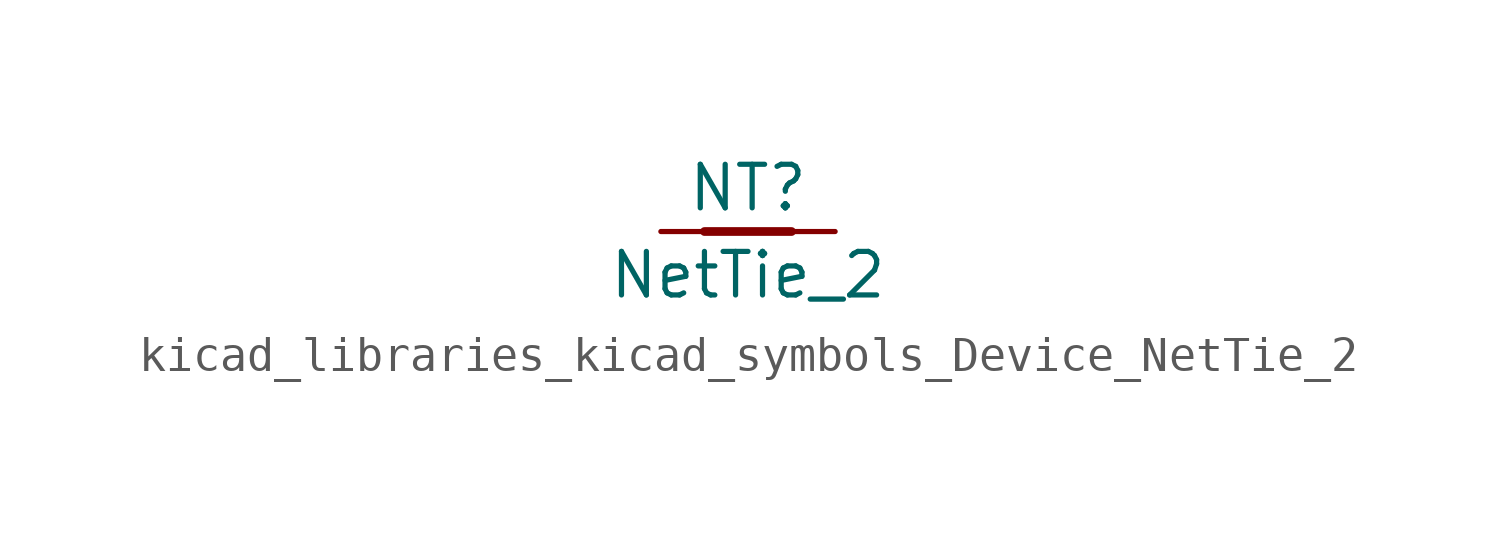
<source format=kicad_sym>
(kicad_symbol_lib
  (version 20220914)
  (generator kicad_symbol_editor)
  (symbol "kicad_libraries_kicad_symbols_Device_NetTie_2"
    (pin_numbers hide)
    (pin_names
      (offset 0) hide)
    (property "Reference" "NT"
      (at 0 1.27 0)
      (effects (font (size 1.27 1.27))))
    (property "Value" "NetTie_2"
      (at 0 -1.27 0)
      (effects (font (size 1.27 1.27))))
    (symbol "kicad_libraries_kicad_symbols_Device_NetTie_2_0_1"
      (polyline (pts (xy -1.27 0) (xy 1.27 0)) (stroke (width 0.254) (type default)) (fill (type none))))
    (symbol "kicad_libraries_kicad_symbols_Device_NetTie_2_1_1"
      (pin passive line (at -2.54 0 0) (length 2.54) (name "1" (effects (font (size 1.27 1.27)))) (number "1" (effects (font (size 1.27 1.27)))))
      (pin passive line (at 2.54 0 180) (length 2.54) (name "2" (effects (font (size 1.27 1.27)))) (number "2" (effects (font (size 1.27 1.27))))))))
</source>
